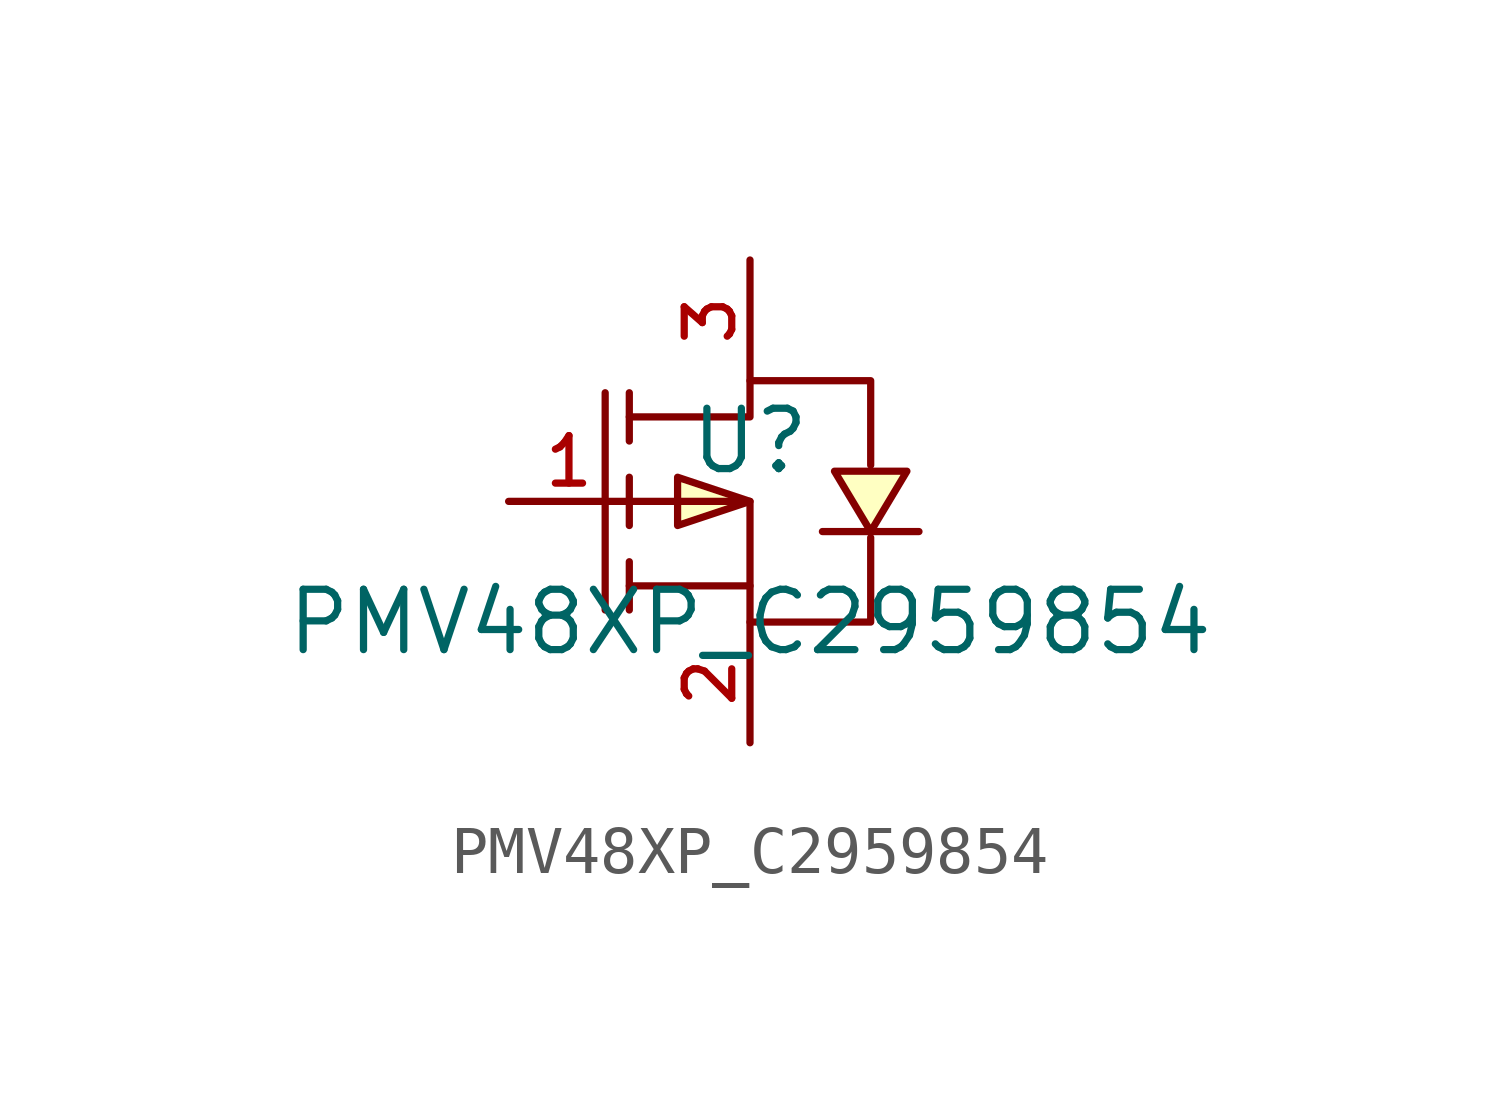
<source format=kicad_sym>
(kicad_symbol_lib
  (version 20210201)
  (generator TousstNicolas/JLC2KiCad_lib)
  (symbol "PMV48XP_C2959854"
    (pin_names hide)
    (property "Reference" "U"
      (at 0 1.27 0)
      (effects (font (size 1.27 1.27))))
    (property "Value" "PMV48XP_C2959854"
      (at 0 -2.54 0)
      (effects (font (size 1.27 1.27))))
    (symbol "PMV48XP_C2959854_0_1"
      (polyline (pts (xy 1.524 -0.635) (xy 2.032 -0.635) (xy 3.048 -0.635) (xy 3.556 -0.635)) (stroke (width 0) (type default) (color 0 0 0 0)) (fill (type none)))
      (polyline (pts (xy 2.54 -0.635) (xy 3.302 0.635) (xy 1.778 0.635) (xy 2.54 -0.635)) (stroke (width 0) (type default) (color 0 0 0 0)) (fill (type background)))
      (polyline (pts (xy 0.0 -0.0) (xy -1.524 0.508) (xy -1.524 -0.508) (xy 0.0 -0.0)) (stroke (width 0) (type default) (color 0 0 0 0)) (fill (type background)))
      (pin unspecified line (at 0.0 -5.08 90) (length 2.54) (name "S" (effects (font (size 1 1)))) (number "2" (effects (font (size 1 1)))))
      (pin unspecified line (at -5.08 -0.0 0) (length 2.54) (name "G" (effects (font (size 1 1)))) (number "1" (effects (font (size 1 1)))))
      (pin unspecified line (at 0.0 5.08 270) (length 2.54) (name "D" (effects (font (size 1 1)))) (number "3" (effects (font (size 1 1)))))
      (polyline (pts (xy -2.54 -2.286) (xy -2.54 -1.27)) (stroke (width 0) (type default) (color 0 0 0 0)) (fill (type none)))
      (polyline (pts (xy -2.54 -0.508) (xy -2.54 0.508)) (stroke (width 0) (type default) (color 0 0 0 0)) (fill (type none)))
      (polyline (pts (xy -2.54 2.286) (xy -2.54 1.27)) (stroke (width 0) (type default) (color 0 0 0 0)) (fill (type none)))
      (polyline (pts (xy -3.048 2.286) (xy -3.048 -2.286)) (stroke (width 0) (type default) (color 0 0 0 0)) (fill (type none)))
      (polyline (pts (xy 0.0 -1.778) (xy -2.54 -1.778)) (stroke (width 0) (type default) (color 0 0 0 0)) (fill (type none)))
      (polyline (pts (xy -2.54 -0.0) (xy 0.0 -0.0) (xy 0.0 -2.54) (xy 2.54 -2.54) (xy 2.54 -0.762)) (stroke (width 0) (type default) (color 0 0 0 0)) (fill (type none)))
      (polyline (pts (xy -2.54 1.778) (xy 0.0 1.778) (xy 0.0 2.54) (xy 2.54 2.54) (xy 2.54 0.762)) (stroke (width 0) (type default) (color 0 0 0 0)) (fill (type none))))))
</source>
